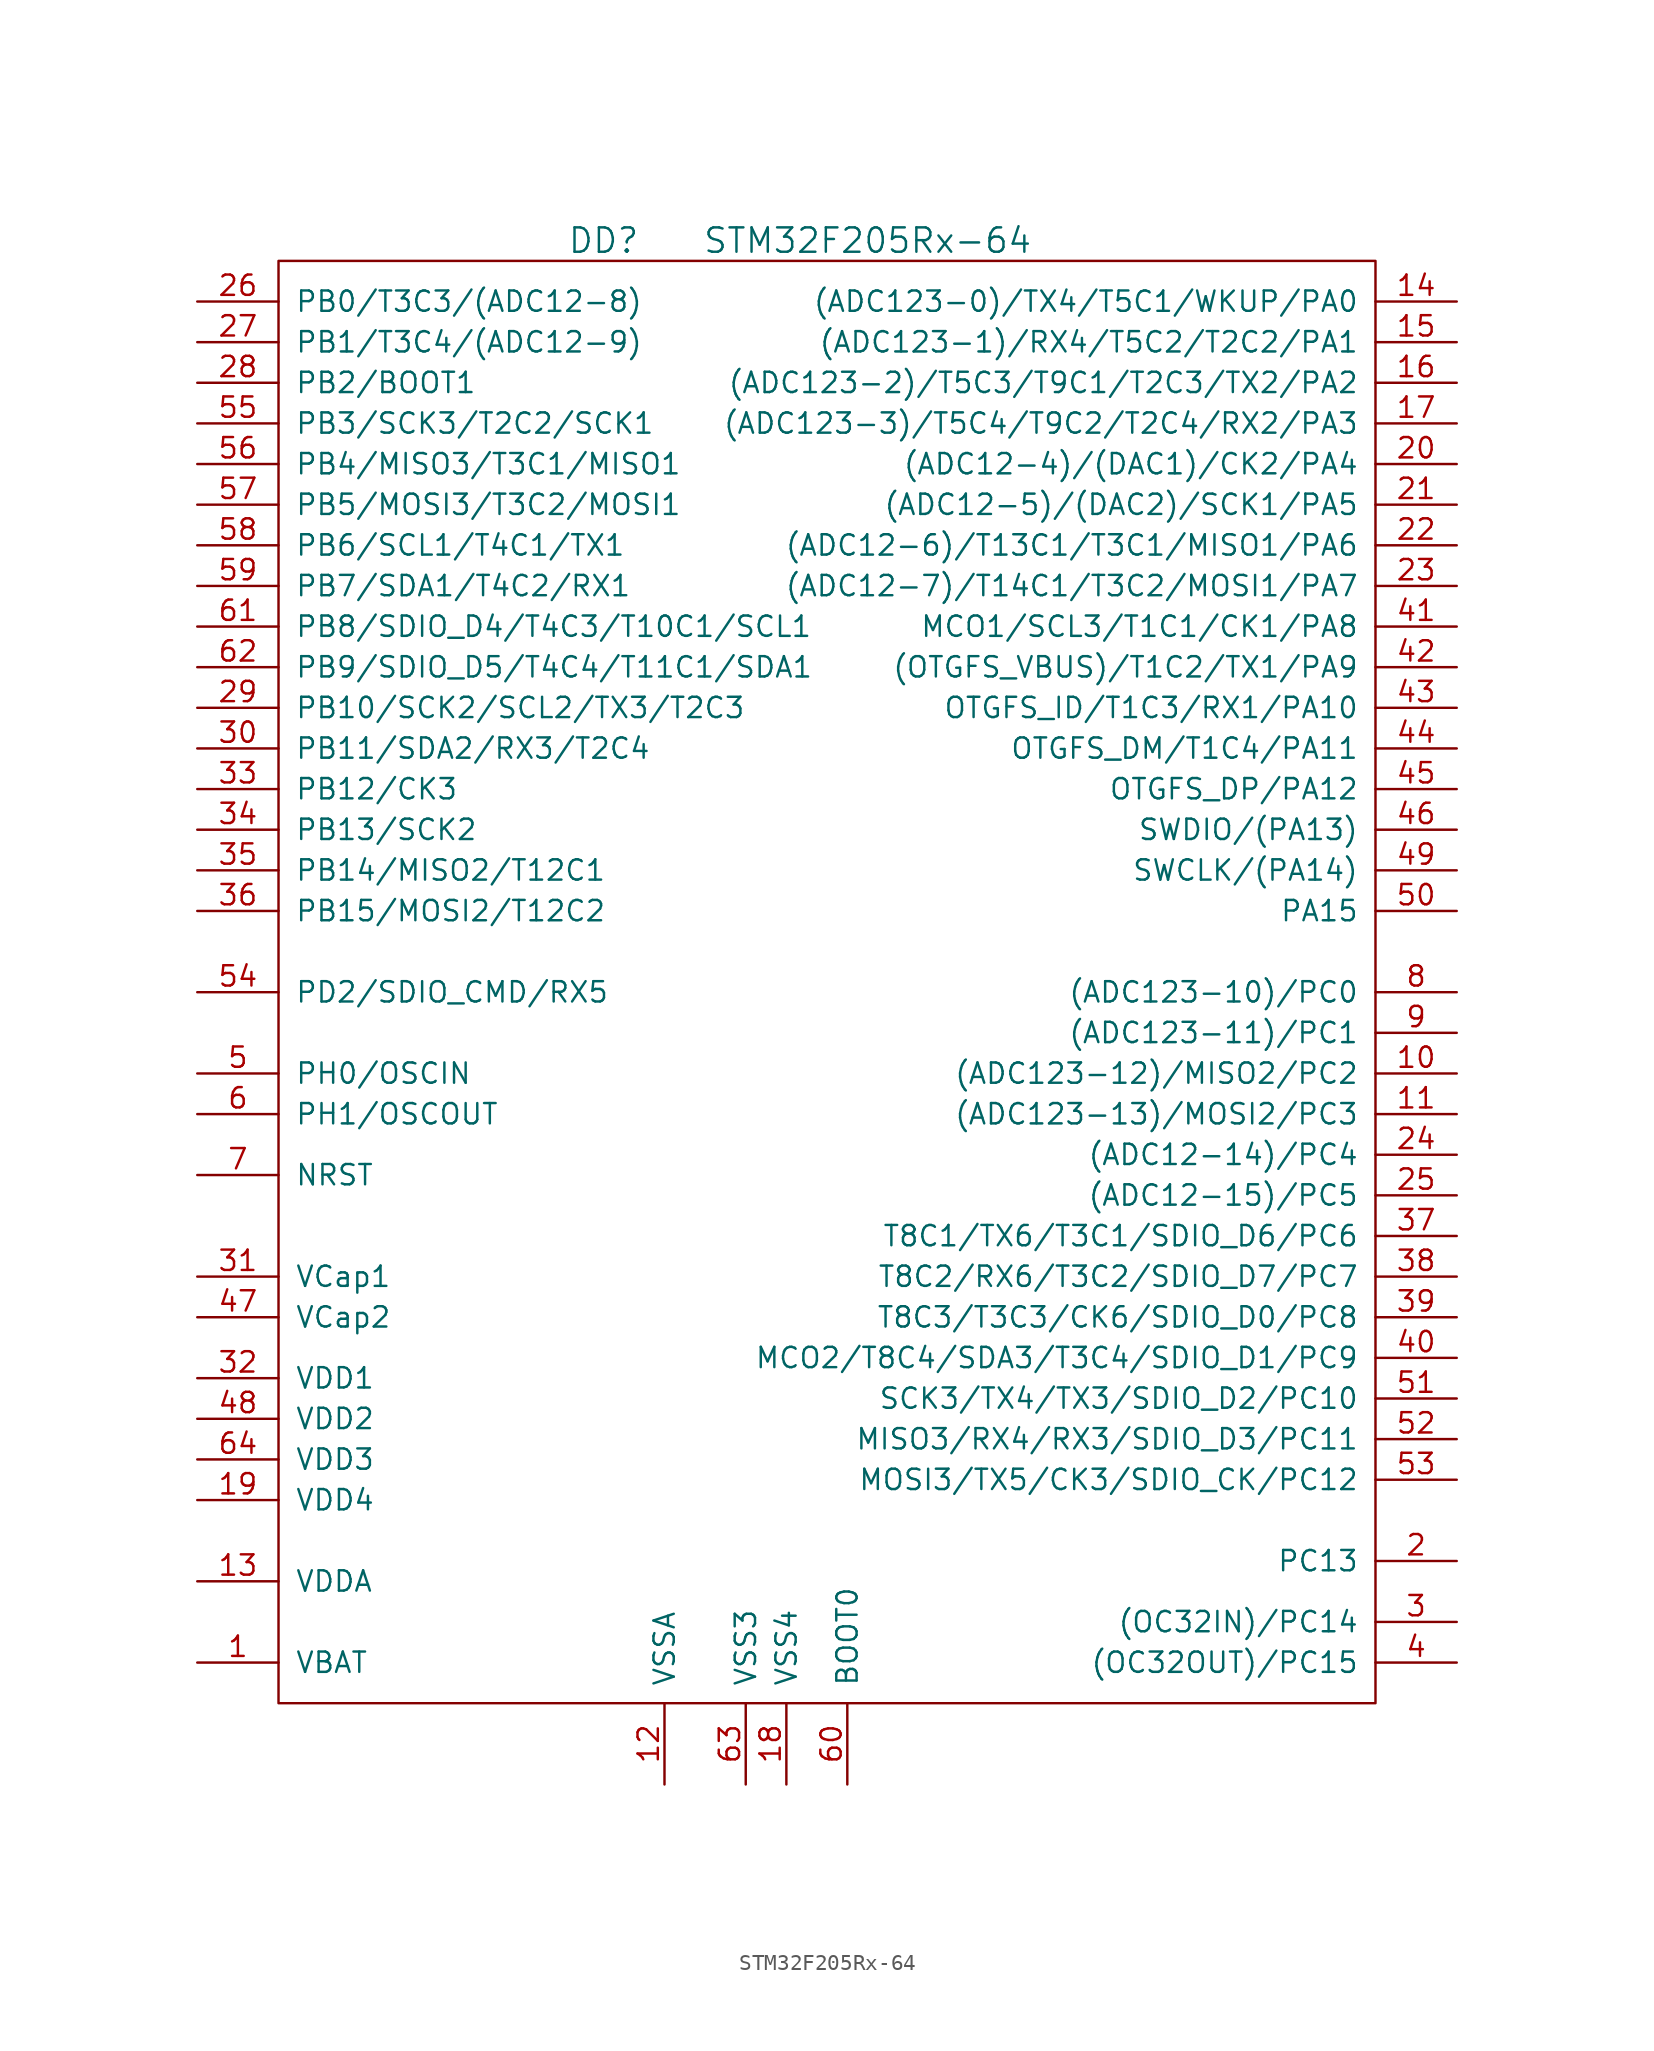
<source format=kicad_sym>
(kicad_symbol_lib
  (version 20201005)
  (generator kicad_symbol_editor)
  (symbol "st_kl:STM32F205Rx-64"
    (pin_names
      (offset 1.016))
    (property "Reference" "DD"
      (at -11.43 39.37 0)
      (effects (font (size 1.524 1.524))))
    (property "Value" "STM32F205Rx-64"
      (at 5.08 39.37 0)
      (effects (font (size 1.524 1.524))))
    (property "Footprint" ""
      (at 0 0 0)
      (effects (font (size 1.524 1.524))))
    (property "Datasheet" ""
      (at 0 0 0)
      (effects (font (size 1.524 1.524))))
    (symbol "STM32F205Rx-64_0_1"
      (rectangle (start -31.75 38.1) (end 36.83 -52.07) (stroke (width 0)) (fill (type none))))
    (symbol "STM32F205Rx-64_1_1"
      (pin power_in line (at -36.83 -49.53 0) (length 5.08) (name "VBAT" (effects (font (size 1.27 1.27)))) (number "1" (effects (font (size 1.27 1.27)))))
      (pin passive line (at 41.91 -12.7 180) (length 5.08) (name "(ADC123-12)/MISO2/PC2" (effects (font (size 1.27 1.27)))) (number "10" (effects (font (size 1.27 1.27)))))
      (pin passive line (at 41.91 -15.24 180) (length 5.08) (name "(ADC123-13)/MOSI2/PC3" (effects (font (size 1.27 1.27)))) (number "11" (effects (font (size 1.27 1.27)))))
      (pin power_in line (at -7.62 -57.15 90) (length 5.08) (name "VSSA" (effects (font (size 1.27 1.27)))) (number "12" (effects (font (size 1.27 1.27)))))
      (pin power_in line (at -36.83 -44.45 0) (length 5.08) (name "VDDA" (effects (font (size 1.27 1.27)))) (number "13" (effects (font (size 1.27 1.27)))))
      (pin passive line (at 41.91 35.56 180) (length 5.08) (name "(ADC123-0)/TX4/T5C1/WKUP/PA0" (effects (font (size 1.27 1.27)))) (number "14" (effects (font (size 1.27 1.27)))))
      (pin passive line (at 41.91 33.02 180) (length 5.08) (name "(ADC123-1)/RX4/T5C2/T2C2/PA1" (effects (font (size 1.27 1.27)))) (number "15" (effects (font (size 1.27 1.27)))))
      (pin passive line (at 41.91 30.48 180) (length 5.08) (name "(ADC123-2)/T5C3/T9C1/T2C3/TX2/PA2" (effects (font (size 1.27 1.27)))) (number "16" (effects (font (size 1.27 1.27)))))
      (pin passive line (at 41.91 27.94 180) (length 5.08) (name "(ADC123-3)/T5C4/T9C2/T2C4/RX2/PA3" (effects (font (size 1.27 1.27)))) (number "17" (effects (font (size 1.27 1.27)))))
      (pin power_in line (at 0 -57.15 90) (length 5.08) (name "VSS4" (effects (font (size 1.27 1.27)))) (number "18" (effects (font (size 1.27 1.27)))))
      (pin power_in line (at -36.83 -39.37 0) (length 5.08) (name "VDD4" (effects (font (size 1.27 1.27)))) (number "19" (effects (font (size 1.27 1.27)))))
      (pin passive line (at 41.91 -43.18 180) (length 5.08) (name "PC13" (effects (font (size 1.27 1.27)))) (number "2" (effects (font (size 1.27 1.27)))))
      (pin passive line (at 41.91 25.4 180) (length 5.08) (name "(ADC12-4)/(DAC1)/CK2/PA4" (effects (font (size 1.27 1.27)))) (number "20" (effects (font (size 1.27 1.27)))))
      (pin passive line (at 41.91 22.86 180) (length 5.08) (name "(ADC12-5)/(DAC2)/SCK1/PA5" (effects (font (size 1.27 1.27)))) (number "21" (effects (font (size 1.27 1.27)))))
      (pin passive line (at 41.91 20.32 180) (length 5.08) (name "(ADC12-6)/T13C1/T3C1/MISO1/PA6" (effects (font (size 1.27 1.27)))) (number "22" (effects (font (size 1.27 1.27)))))
      (pin passive line (at 41.91 17.78 180) (length 5.08) (name "(ADC12-7)/T14C1/T3C2/MOSI1/PA7" (effects (font (size 1.27 1.27)))) (number "23" (effects (font (size 1.27 1.27)))))
      (pin passive line (at 41.91 -17.78 180) (length 5.08) (name "(ADC12-14)/PC4" (effects (font (size 1.27 1.27)))) (number "24" (effects (font (size 1.27 1.27)))))
      (pin passive line (at 41.91 -20.32 180) (length 5.08) (name "(ADC12-15)/PC5" (effects (font (size 1.27 1.27)))) (number "25" (effects (font (size 1.27 1.27)))))
      (pin passive line (at -36.83 35.56 0) (length 5.08) (name "PB0/T3C3/(ADC12-8)" (effects (font (size 1.27 1.27)))) (number "26" (effects (font (size 1.27 1.27)))))
      (pin passive line (at -36.83 33.02 0) (length 5.08) (name "PB1/T3C4/(ADC12-9)" (effects (font (size 1.27 1.27)))) (number "27" (effects (font (size 1.27 1.27)))))
      (pin passive line (at -36.83 30.48 0) (length 5.08) (name "PB2/BOOT1" (effects (font (size 1.27 1.27)))) (number "28" (effects (font (size 1.27 1.27)))))
      (pin passive line (at -36.83 10.16 0) (length 5.08) (name "PB10/SCK2/SCL2/TX3/T2C3" (effects (font (size 1.27 1.27)))) (number "29" (effects (font (size 1.27 1.27)))))
      (pin passive line (at 41.91 -46.99 180) (length 5.08) (name "(OC32IN)/PC14" (effects (font (size 1.27 1.27)))) (number "3" (effects (font (size 1.27 1.27)))))
      (pin passive line (at -36.83 7.62 0) (length 5.08) (name "PB11/SDA2/RX3/T2C4" (effects (font (size 1.27 1.27)))) (number "30" (effects (font (size 1.27 1.27)))))
      (pin passive line (at -36.83 -25.4 0) (length 5.08) (name "VCap1" (effects (font (size 1.27 1.27)))) (number "31" (effects (font (size 1.27 1.27)))))
      (pin power_in line (at -36.83 -31.75 0) (length 5.08) (name "VDD1" (effects (font (size 1.27 1.27)))) (number "32" (effects (font (size 1.27 1.27)))))
      (pin passive line (at -36.83 5.08 0) (length 5.08) (name "PB12/CK3" (effects (font (size 1.27 1.27)))) (number "33" (effects (font (size 1.27 1.27)))))
      (pin passive line (at -36.83 2.54 0) (length 5.08) (name "PB13/SCK2" (effects (font (size 1.27 1.27)))) (number "34" (effects (font (size 1.27 1.27)))))
      (pin passive line (at -36.83 0 0) (length 5.08) (name "PB14/MISO2/T12C1" (effects (font (size 1.27 1.27)))) (number "35" (effects (font (size 1.27 1.27)))))
      (pin passive line (at -36.83 -2.54 0) (length 5.08) (name "PB15/MOSI2/T12C2" (effects (font (size 1.27 1.27)))) (number "36" (effects (font (size 1.27 1.27)))))
      (pin passive line (at 41.91 -22.86 180) (length 5.08) (name "T8C1/TX6/T3C1/SDIO_D6/PC6" (effects (font (size 1.27 1.27)))) (number "37" (effects (font (size 1.27 1.27)))))
      (pin passive line (at 41.91 -25.4 180) (length 5.08) (name "T8C2/RX6/T3C2/SDIO_D7/PC7" (effects (font (size 1.27 1.27)))) (number "38" (effects (font (size 1.27 1.27)))))
      (pin passive line (at 41.91 -27.94 180) (length 5.08) (name "T8C3/T3C3/CK6/SDIO_D0/PC8" (effects (font (size 1.27 1.27)))) (number "39" (effects (font (size 1.27 1.27)))))
      (pin passive line (at 41.91 -49.53 180) (length 5.08) (name "(OC32OUT)/PC15" (effects (font (size 1.27 1.27)))) (number "4" (effects (font (size 1.27 1.27)))))
      (pin passive line (at 41.91 -30.48 180) (length 5.08) (name "MCO2/T8C4/SDA3/T3C4/SDIO_D1/PC9" (effects (font (size 1.27 1.27)))) (number "40" (effects (font (size 1.27 1.27)))))
      (pin passive line (at 41.91 15.24 180) (length 5.08) (name "MCO1/SCL3/T1C1/CK1/PA8" (effects (font (size 1.27 1.27)))) (number "41" (effects (font (size 1.27 1.27)))))
      (pin passive line (at 41.91 12.7 180) (length 5.08) (name "(OTGFS_VBUS)/T1C2/TX1/PA9" (effects (font (size 1.27 1.27)))) (number "42" (effects (font (size 1.27 1.27)))))
      (pin passive line (at 41.91 10.16 180) (length 5.08) (name "OTGFS_ID/T1C3/RX1/PA10" (effects (font (size 1.27 1.27)))) (number "43" (effects (font (size 1.27 1.27)))))
      (pin passive line (at 41.91 7.62 180) (length 5.08) (name "OTGFS_DM/T1C4/PA11" (effects (font (size 1.27 1.27)))) (number "44" (effects (font (size 1.27 1.27)))))
      (pin passive line (at 41.91 5.08 180) (length 5.08) (name "OTGFS_DP/PA12" (effects (font (size 1.27 1.27)))) (number "45" (effects (font (size 1.27 1.27)))))
      (pin passive line (at 41.91 2.54 180) (length 5.08) (name "SWDIO/(PA13)" (effects (font (size 1.27 1.27)))) (number "46" (effects (font (size 1.27 1.27)))))
      (pin passive line (at -36.83 -27.94 0) (length 5.08) (name "VCap2" (effects (font (size 1.27 1.27)))) (number "47" (effects (font (size 1.27 1.27)))))
      (pin power_in line (at -36.83 -34.29 0) (length 5.08) (name "VDD2" (effects (font (size 1.27 1.27)))) (number "48" (effects (font (size 1.27 1.27)))))
      (pin passive line (at 41.91 0 180) (length 5.08) (name "SWCLK/(PA14)" (effects (font (size 1.27 1.27)))) (number "49" (effects (font (size 1.27 1.27)))))
      (pin passive line (at -36.83 -12.7 0) (length 5.08) (name "PH0/OSCIN" (effects (font (size 1.27 1.27)))) (number "5" (effects (font (size 1.27 1.27)))))
      (pin passive line (at 41.91 -2.54 180) (length 5.08) (name "PA15" (effects (font (size 1.27 1.27)))) (number "50" (effects (font (size 1.27 1.27)))))
      (pin passive line (at 41.91 -33.02 180) (length 5.08) (name "SCK3/TX4/TX3/SDIO_D2/PC10" (effects (font (size 1.27 1.27)))) (number "51" (effects (font (size 1.27 1.27)))))
      (pin passive line (at 41.91 -35.56 180) (length 5.08) (name "MISO3/RX4/RX3/SDIO_D3/PC11" (effects (font (size 1.27 1.27)))) (number "52" (effects (font (size 1.27 1.27)))))
      (pin passive line (at 41.91 -38.1 180) (length 5.08) (name "MOSI3/TX5/CK3/SDIO_CK/PC12" (effects (font (size 1.27 1.27)))) (number "53" (effects (font (size 1.27 1.27)))))
      (pin passive line (at -36.83 -7.62 0) (length 5.08) (name "PD2/SDIO_CMD/RX5" (effects (font (size 1.27 1.27)))) (number "54" (effects (font (size 1.27 1.27)))))
      (pin passive line (at -36.83 27.94 0) (length 5.08) (name "PB3/SCK3/T2C2/SCK1" (effects (font (size 1.27 1.27)))) (number "55" (effects (font (size 1.27 1.27)))))
      (pin passive line (at -36.83 25.4 0) (length 5.08) (name "PB4/MISO3/T3C1/MISO1" (effects (font (size 1.27 1.27)))) (number "56" (effects (font (size 1.27 1.27)))))
      (pin passive line (at -36.83 22.86 0) (length 5.08) (name "PB5/MOSI3/T3C2/MOSI1" (effects (font (size 1.27 1.27)))) (number "57" (effects (font (size 1.27 1.27)))))
      (pin passive line (at -36.83 20.32 0) (length 5.08) (name "PB6/SCL1/T4C1/TX1" (effects (font (size 1.27 1.27)))) (number "58" (effects (font (size 1.27 1.27)))))
      (pin passive line (at -36.83 17.78 0) (length 5.08) (name "PB7/SDA1/T4C2/RX1" (effects (font (size 1.27 1.27)))) (number "59" (effects (font (size 1.27 1.27)))))
      (pin passive line (at -36.83 -15.24 0) (length 5.08) (name "PH1/OSCOUT" (effects (font (size 1.27 1.27)))) (number "6" (effects (font (size 1.27 1.27)))))
      (pin passive line (at 3.81 -57.15 90) (length 5.08) (name "BOOT0" (effects (font (size 1.27 1.27)))) (number "60" (effects (font (size 1.27 1.27)))))
      (pin passive line (at -36.83 15.24 0) (length 5.08) (name "PB8/SDIO_D4/T4C3/T10C1/SCL1" (effects (font (size 1.27 1.27)))) (number "61" (effects (font (size 1.27 1.27)))))
      (pin passive line (at -36.83 12.7 0) (length 5.08) (name "PB9/SDIO_D5/T4C4/T11C1/SDA1" (effects (font (size 1.27 1.27)))) (number "62" (effects (font (size 1.27 1.27)))))
      (pin power_in line (at -2.54 -57.15 90) (length 5.08) (name "VSS3" (effects (font (size 1.27 1.27)))) (number "63" (effects (font (size 1.27 1.27)))))
      (pin power_in line (at -36.83 -36.83 0) (length 5.08) (name "VDD3" (effects (font (size 1.27 1.27)))) (number "64" (effects (font (size 1.27 1.27)))))
      (pin passive line (at -36.83 -19.05 0) (length 5.08) (name "NRST" (effects (font (size 1.27 1.27)))) (number "7" (effects (font (size 1.27 1.27)))))
      (pin passive line (at 41.91 -7.62 180) (length 5.08) (name "(ADC123-10)/PC0" (effects (font (size 1.27 1.27)))) (number "8" (effects (font (size 1.27 1.27)))))
      (pin passive line (at 41.91 -10.16 180) (length 5.08) (name "(ADC123-11)/PC1" (effects (font (size 1.27 1.27)))) (number "9" (effects (font (size 1.27 1.27))))))))
</source>
